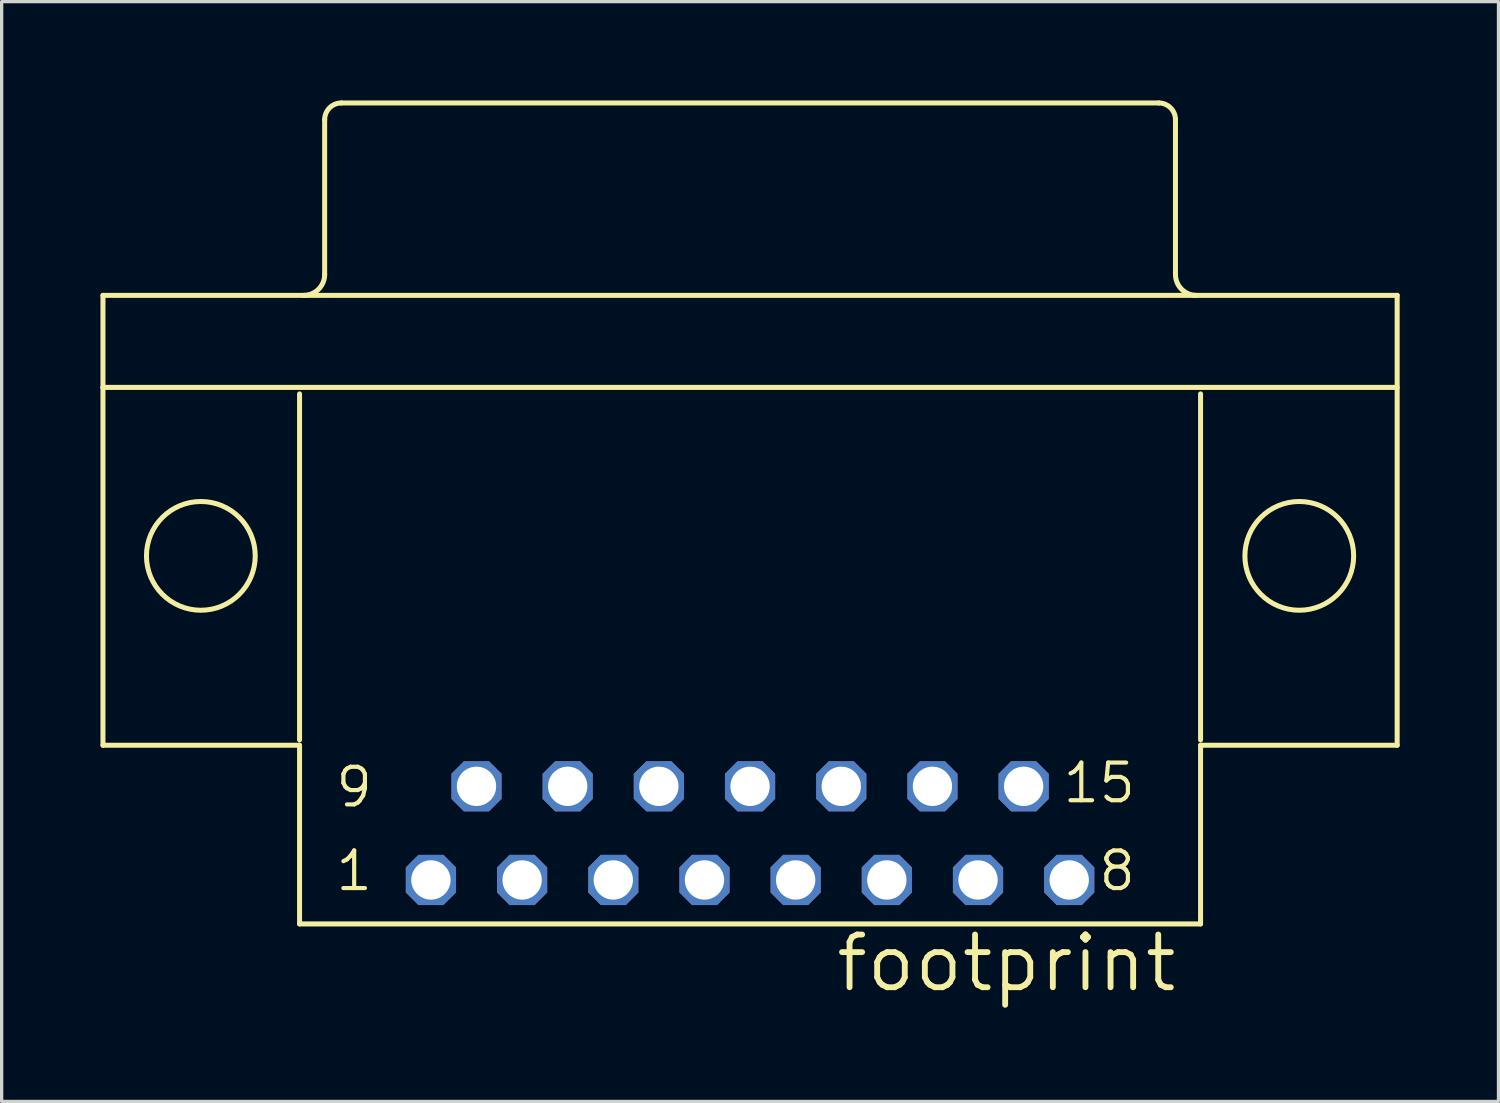
<source format=kicad_pcb>
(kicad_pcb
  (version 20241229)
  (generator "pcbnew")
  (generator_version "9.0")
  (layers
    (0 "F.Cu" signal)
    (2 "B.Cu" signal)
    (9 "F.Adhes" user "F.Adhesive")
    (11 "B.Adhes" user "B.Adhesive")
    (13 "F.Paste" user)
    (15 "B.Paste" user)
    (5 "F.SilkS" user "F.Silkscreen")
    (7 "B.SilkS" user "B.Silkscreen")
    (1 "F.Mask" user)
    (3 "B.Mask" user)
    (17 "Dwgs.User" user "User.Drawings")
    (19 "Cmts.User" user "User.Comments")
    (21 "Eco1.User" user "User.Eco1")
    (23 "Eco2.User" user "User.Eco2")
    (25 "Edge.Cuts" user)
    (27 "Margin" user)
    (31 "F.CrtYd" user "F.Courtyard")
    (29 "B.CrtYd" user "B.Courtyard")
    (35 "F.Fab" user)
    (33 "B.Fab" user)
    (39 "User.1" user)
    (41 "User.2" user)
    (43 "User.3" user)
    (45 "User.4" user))
  (footprint "footprint"
    (layer "F.Cu")
    (at 19.723 13.827)
    (property "Reference" "footprint" (at 13.043 11.43 0) (layer "F.SilkS") (effects (font (size 1.6 1.6) (thickness 0.178)) (justify right top)))
    (fp_line (start -19.647 -7.909) (end 19.647 -7.909) (stroke (width 0.152) (type solid)) (layer "F.SilkS"))
    (fp_line (start -19.647 -5.115) (end -19.647 -7.909) (stroke (width 0.152) (type solid)) (layer "F.SilkS"))
    (fp_line (start -19.647 -5.115) (end 19.647 -5.115) (stroke (width 0.152) (type solid)) (layer "F.SilkS"))
    (fp_line (start -19.647 5.75) (end -19.647 -5.115) (stroke (width 0.152) (type solid)) (layer "F.SilkS"))
    (fp_line (start -19.647 5.75) (end -13.678 5.75) (stroke (width 0.152) (type solid)) (layer "F.SilkS"))
    (fp_line (start -13.678 -4.918) (end -13.678 5.587) (stroke (width 0.152) (type solid)) (layer "F.SilkS"))
    (fp_line (start -13.678 5.75) (end -13.678 11.175) (stroke (width 0.152) (type solid)) (layer "F.SilkS"))
    (fp_line (start -13.678 11.175) (end 13.678 11.175) (stroke (width 0.152) (type solid)) (layer "F.SilkS"))
    (fp_line (start -12.916 -8.544) (end -12.916 -13.243) (stroke (width 0.152) (type solid)) (layer "F.SilkS"))
    (fp_line (start -12.408 -13.751) (end 12.408 -13.751) (stroke (width 0.152) (type solid)) (layer "F.SilkS"))
    (fp_line (start 12.916 -8.544) (end 12.916 -13.243) (stroke (width 0.152) (type solid)) (layer "F.SilkS"))
    (fp_line (start 13.678 5.587) (end 13.678 -4.918) (stroke (width 0.152) (type solid)) (layer "F.SilkS"))
    (fp_line (start 13.678 5.75) (end 19.647 5.75) (stroke (width 0.152) (type solid)) (layer "F.SilkS"))
    (fp_line (start 13.678 11.175) (end 13.678 5.75) (stroke (width 0.152) (type solid)) (layer "F.SilkS"))
    (fp_line (start 19.647 5.75) (end 19.647 -7.909) (stroke (width 0.152) (type solid)) (layer "F.SilkS"))
    (fp_arc (start -12.9159 -13.243) (mid -12.76711 -13.60221) (end -12.4079 -13.751) (stroke (width 0.1524) (type solid)) (layer "F.SilkS"))
    (fp_arc (start -12.9159 -8.544) (mid -13.101887 -8.094987) (end -13.5509 -7.909) (stroke (width 0.1524) (type solid)) (layer "F.SilkS"))
    (fp_arc (start 12.4079 -13.751) (mid 12.76711 -13.60221) (end 12.9159 -13.243) (stroke (width 0.1524) (type solid)) (layer "F.SilkS"))
    (fp_arc (start 13.5509 -7.909) (mid 13.101887 -8.094987) (end 12.9159 -8.544) (stroke (width 0.1524) (type solid)) (layer "F.SilkS"))
    (fp_circle (center -16.675 0) (end -15.024 0) (stroke (width 0.152) (type solid)) (fill no) (layer "F.SilkS"))
    (fp_circle (center 16.675 0) (end 18.326 0) (stroke (width 0.152) (type solid)) (fill no) (layer "F.SilkS"))
    (fp_text user "15" (at 11.773 6.228 0) (layer "F.SilkS") (effects (font (size 1.143 1.143) (thickness 0.127)) (justify right top)))
    (fp_text user "8" (at 11.773 8.895 0) (layer "F.SilkS") (effects (font (size 1.143 1.143) (thickness 0.127)) (justify right top)))
    (fp_text user "9" (at -11.392 6.355 0) (layer "F.SilkS") (effects (font (size 1.143 1.143) (thickness 0.127)) (justify right top)))
    (fp_text user "1" (at -11.392 8.895 0) (layer "F.SilkS") (effects (font (size 1.143 1.143) (thickness 0.127)) (justify right top)))
    (pad "1" thru_hole roundrect (at -9.69 9.84) (size 1.524 1.524) (drill 1.194) (layers "*.Cu" "*.Mask") (roundrect_rratio 0.25) (chamfer_ratio 0.25) (chamfer top_left top_right bottom_left bottom_right))
    (pad "2" thru_hole roundrect (at -6.921 9.84) (size 1.524 1.524) (drill 1.194) (layers "*.Cu" "*.Mask") (roundrect_rratio 0.25) (chamfer_ratio 0.25) (chamfer top_left top_right bottom_left bottom_right))
    (pad "3" thru_hole roundrect (at -4.153 9.84) (size 1.524 1.524) (drill 1.194) (layers "*.Cu" "*.Mask") (roundrect_rratio 0.25) (chamfer_ratio 0.25) (chamfer top_left top_right bottom_left bottom_right))
    (pad "4" thru_hole roundrect (at -1.384 9.84) (size 1.524 1.524) (drill 1.194) (layers "*.Cu" "*.Mask") (roundrect_rratio 0.25) (chamfer_ratio 0.25) (chamfer top_left top_right bottom_left bottom_right))
    (pad "5" thru_hole roundrect (at 1.384 9.84) (size 1.524 1.524) (drill 1.194) (layers "*.Cu" "*.Mask") (roundrect_rratio 0.25) (chamfer_ratio 0.25) (chamfer top_left top_right bottom_left bottom_right))
    (pad "6" thru_hole roundrect (at 4.153 9.84) (size 1.524 1.524) (drill 1.194) (layers "*.Cu" "*.Mask") (roundrect_rratio 0.25) (chamfer_ratio 0.25) (chamfer top_left top_right bottom_left bottom_right))
    (pad "7" thru_hole roundrect (at 6.921 9.84) (size 1.524 1.524) (drill 1.194) (layers "*.Cu" "*.Mask") (roundrect_rratio 0.25) (chamfer_ratio 0.25) (chamfer top_left top_right bottom_left bottom_right))
    (pad "8" thru_hole roundrect (at 9.69 9.84) (size 1.524 1.524) (drill 1.194) (layers "*.Cu" "*.Mask") (roundrect_rratio 0.25) (chamfer_ratio 0.25) (chamfer top_left top_right bottom_left bottom_right))
    (pad "9" thru_hole roundrect (at -8.306 6.997) (size 1.524 1.524) (drill 1.194) (layers "*.Cu" "*.Mask") (roundrect_rratio 0.25) (chamfer_ratio 0.25) (chamfer top_left top_right bottom_left bottom_right))
    (pad "10" thru_hole roundrect (at -5.537 6.997) (size 1.524 1.524) (drill 1.194) (layers "*.Cu" "*.Mask") (roundrect_rratio 0.25) (chamfer_ratio 0.25) (chamfer top_left top_right bottom_left bottom_right))
    (pad "11" thru_hole roundrect (at -2.769 6.997) (size 1.524 1.524) (drill 1.194) (layers "*.Cu" "*.Mask") (roundrect_rratio 0.25) (chamfer_ratio 0.25) (chamfer top_left top_right bottom_left bottom_right))
    (pad "12" thru_hole roundrect (at 0 6.997) (size 1.524 1.524) (drill 1.194) (layers "*.Cu" "*.Mask") (roundrect_rratio 0.25) (chamfer_ratio 0.25) (chamfer top_left top_right bottom_left bottom_right))
    (pad "13" thru_hole roundrect (at 2.769 6.997) (size 1.524 1.524) (drill 1.194) (layers "*.Cu" "*.Mask") (roundrect_rratio 0.25) (chamfer_ratio 0.25) (chamfer top_left top_right bottom_left bottom_right))
    (pad "14" thru_hole roundrect (at 5.537 6.997) (size 1.524 1.524) (drill 1.194) (layers "*.Cu" "*.Mask") (roundrect_rratio 0.25) (chamfer_ratio 0.25) (chamfer top_left top_right bottom_left bottom_right))
    (pad "15" thru_hole roundrect (at 8.306 6.997) (size 1.524 1.524) (drill 1.194) (layers "*.Cu" "*.Mask") (roundrect_rratio 0.25) (chamfer_ratio 0.25) (chamfer top_left top_right bottom_left bottom_right)))
  (gr_rect
    (start -3 -3)
    (end 42.446 30.391)
    (stroke (width 0.1) (type default))
    (fill no)
    (layer "Edge.Cuts")))
</source>
